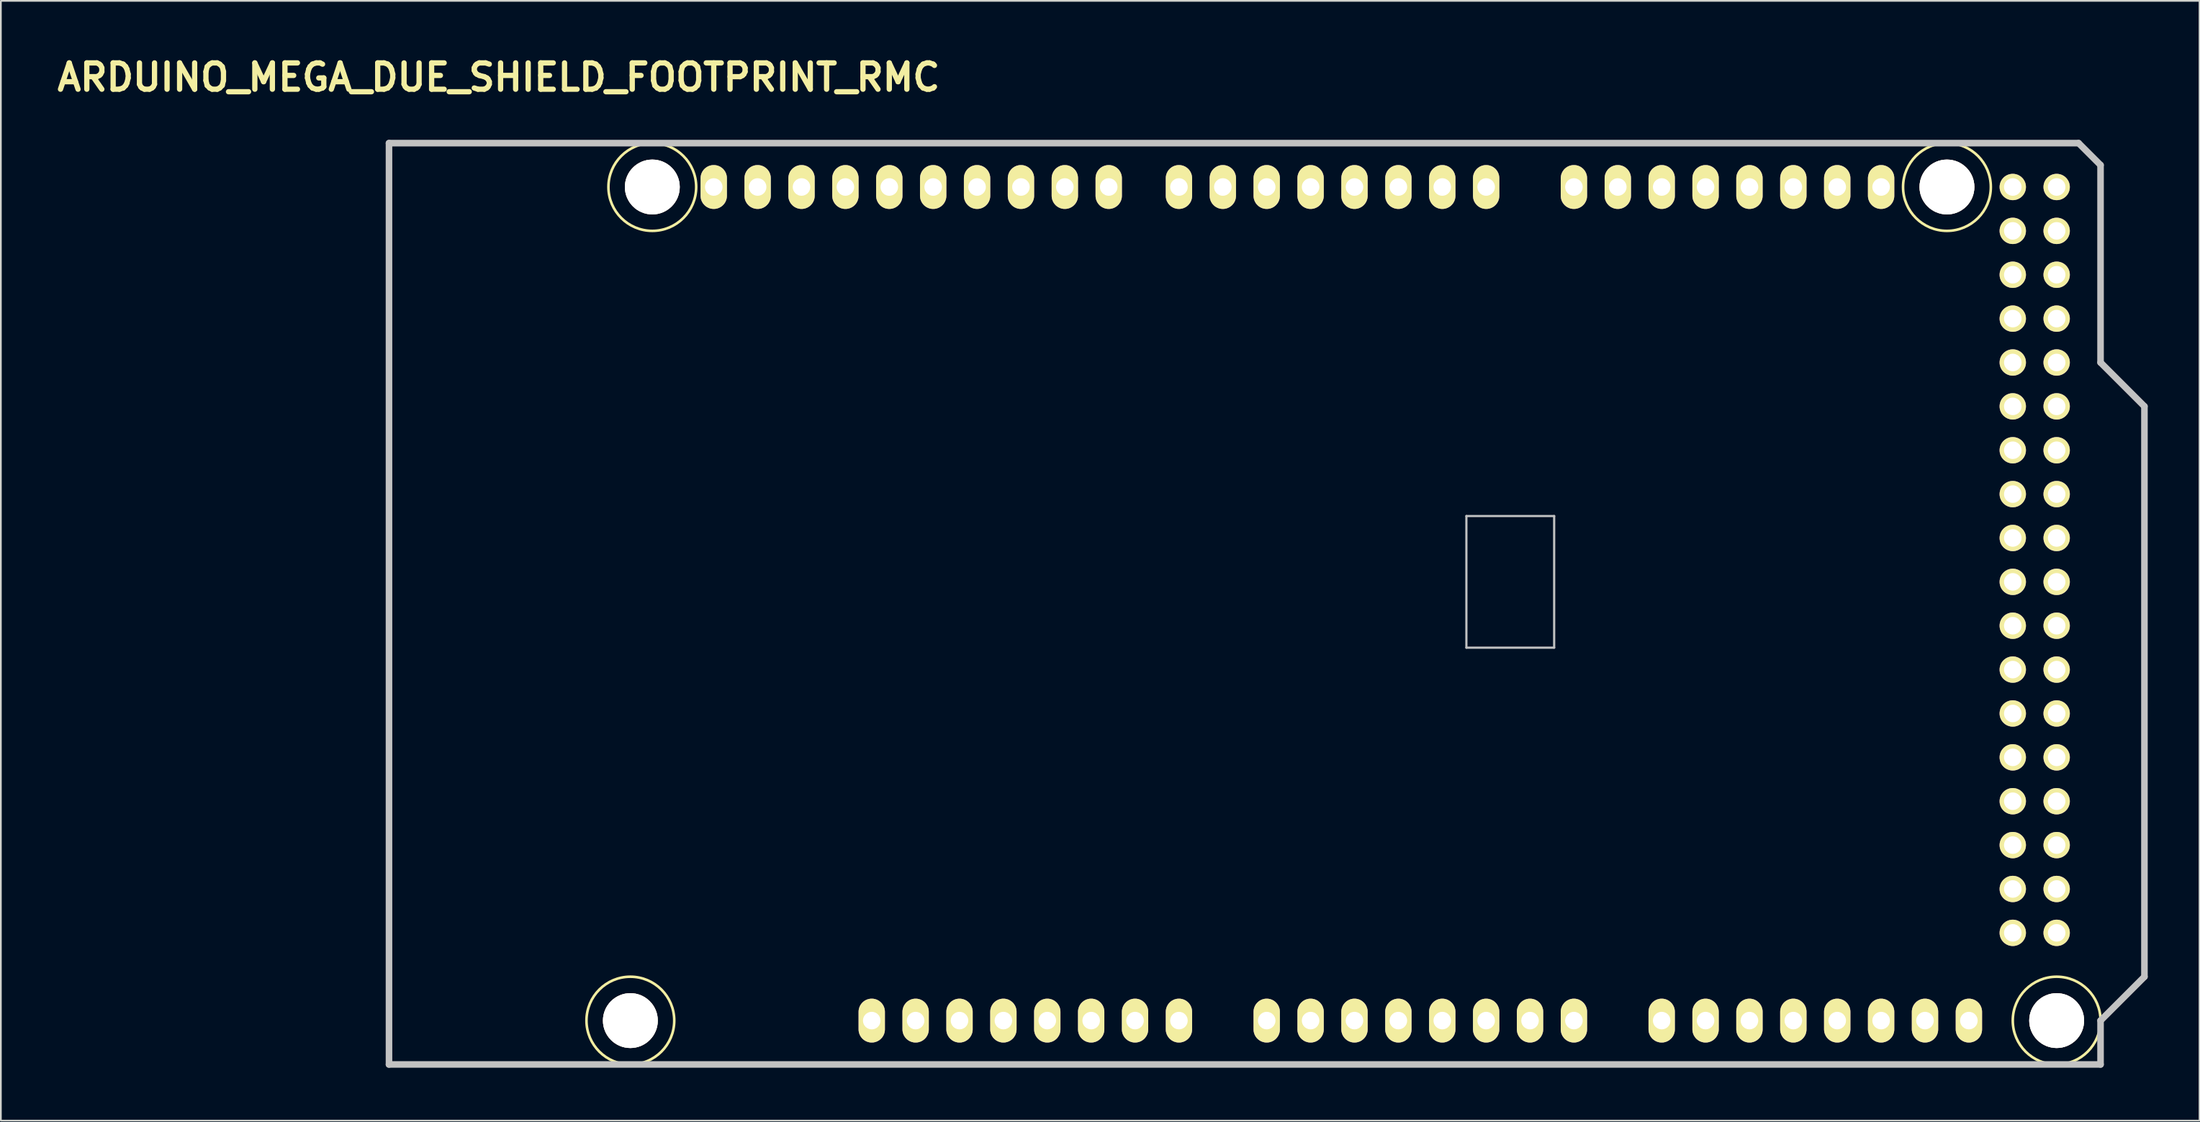
<source format=kicad_pcb>
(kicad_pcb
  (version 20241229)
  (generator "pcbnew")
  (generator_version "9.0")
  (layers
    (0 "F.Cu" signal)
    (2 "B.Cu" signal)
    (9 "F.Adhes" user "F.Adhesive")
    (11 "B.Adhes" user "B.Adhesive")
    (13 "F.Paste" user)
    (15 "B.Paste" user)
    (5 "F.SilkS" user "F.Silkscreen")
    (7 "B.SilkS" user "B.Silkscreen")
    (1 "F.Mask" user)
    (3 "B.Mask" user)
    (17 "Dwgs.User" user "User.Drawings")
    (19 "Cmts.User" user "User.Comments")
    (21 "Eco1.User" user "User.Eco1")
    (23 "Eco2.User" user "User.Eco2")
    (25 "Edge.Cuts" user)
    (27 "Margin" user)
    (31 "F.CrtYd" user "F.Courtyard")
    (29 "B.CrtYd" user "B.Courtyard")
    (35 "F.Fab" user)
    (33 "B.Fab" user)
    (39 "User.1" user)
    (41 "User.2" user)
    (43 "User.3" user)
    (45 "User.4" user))
  (footprint "ARDUINO_MEGA_DUE_SHIELD_FOOTPRINT_RMC"
    (layer "F.Cu")
    (at 19.464 58.576)
    (property "Reference" "ARDUINO_MEGA_DUE_SHIELD_FOOTPRINT_RMC" (at 6.35 -57.15 0) (layer "F.SilkS") (effects (font (size 1.524 1.524) (thickness 0.305))))
    (attr through_hole)
    (fp_circle (center 13.97 -2.54) (end 16.51 -2.54) (stroke (width 0.15) (type solid)) (fill no) (layer "F.SilkS"))
    (fp_circle (center 15.24 -50.8) (end 17.78 -50.8) (stroke (width 0.15) (type solid)) (fill no) (layer "F.SilkS"))
    (fp_circle (center 90.17 -50.8) (end 92.71 -50.8) (stroke (width 0.15) (type solid)) (fill no) (layer "F.SilkS"))
    (fp_circle (center 96.52 -2.54) (end 99.06 -2.54) (stroke (width 0.15) (type solid)) (fill no) (layer "F.SilkS"))
    (fp_line (start 0 0) (end 0 -53.34) (stroke (width 0.381) (type solid)) (layer "Dwgs.User"))
    (fp_line (start 62.357 -31.75) (end 62.357 -24.13) (stroke (width 0.127) (type solid)) (layer "Dwgs.User"))
    (fp_line (start 62.357 -24.13) (end 67.437 -24.13) (stroke (width 0.127) (type solid)) (layer "Dwgs.User"))
    (fp_line (start 67.437 -31.75) (end 62.357 -31.75) (stroke (width 0.127) (type solid)) (layer "Dwgs.User"))
    (fp_line (start 67.437 -24.13) (end 67.437 -31.75) (stroke (width 0.127) (type solid)) (layer "Dwgs.User"))
    (fp_line (start 97.79 -53.34) (end 0 -53.34) (stroke (width 0.381) (type solid)) (layer "Dwgs.User"))
    (fp_line (start 99.06 -52.07) (end 97.79 -53.34) (stroke (width 0.381) (type solid)) (layer "Dwgs.User"))
    (fp_line (start 99.06 -40.64) (end 99.06 -52.07) (stroke (width 0.381) (type solid)) (layer "Dwgs.User"))
    (fp_line (start 99.06 -40.64) (end 101.6 -38.1) (stroke (width 0.381) (type solid)) (layer "Dwgs.User"))
    (fp_line (start 99.06 -2.54) (end 99.06 0) (stroke (width 0.381) (type solid)) (layer "Dwgs.User"))
    (fp_line (start 99.06 0) (end 0 0) (stroke (width 0.381) (type solid)) (layer "Dwgs.User"))
    (fp_line (start 101.6 -38.1) (end 101.6 -5.08) (stroke (width 0.381) (type solid)) (layer "Dwgs.User"))
    (fp_line (start 101.6 -5.08) (end 99.06 -2.54) (stroke (width 0.381) (type solid)) (layer "Dwgs.User"))
    (pad "" thru_hole circle (at 13.97 -2.54 90) (size 3.175 3.175) (drill 3.175) (layers "*.Cu" "*.Mask" "F.SilkS"))
    (pad "" thru_hole circle (at 15.24 -50.8 90) (size 3.175 3.175) (drill 3.175) (layers "*.Cu" "*.Mask" "F.SilkS"))
    (pad "" thru_hole circle (at 90.17 -50.8 90) (size 3.175 3.175) (drill 3.175) (layers "*.Cu" "*.Mask" "F.SilkS"))
    (pad "" thru_hole circle (at 96.52 -2.54 90) (size 3.175 3.175) (drill 3.175) (layers "*.Cu" "*.Mask" "F.SilkS"))
    (pad "0" thru_hole oval (at 63.5 -50.8 90) (size 2.54 1.524) (drill 1.016) (layers "*.Cu" "*.Mask" "F.SilkS"))
    (pad "1" thru_hole oval (at 60.96 -50.8 90) (size 2.54 1.524) (drill 1.016) (layers "*.Cu" "*.Mask" "F.SilkS"))
    (pad "2" thru_hole oval (at 58.42 -50.8 90) (size 2.54 1.524) (drill 1.016) (layers "*.Cu" "*.Mask" "F.SilkS"))
    (pad "3" thru_hole oval (at 55.88 -50.8 90) (size 2.54 1.524) (drill 1.016) (layers "*.Cu" "*.Mask" "F.SilkS"))
    (pad "3V3" thru_hole oval (at 35.56 -2.54 90) (size 2.54 1.524) (drill 1.016) (layers "*.Cu" "*.Mask" "F.SilkS"))
    (pad "4" thru_hole oval (at 53.34 -50.8 90) (size 2.54 1.524) (drill 1.016) (layers "*.Cu" "*.Mask" "F.SilkS"))
    (pad "5" thru_hole oval (at 50.8 -50.8 90) (size 2.54 1.524) (drill 1.016) (layers "*.Cu" "*.Mask" "F.SilkS"))
    (pad "5V" thru_hole oval (at 38.1 -2.54 90) (size 2.54 1.524) (drill 1.016) (layers "*.Cu" "*.Mask" "F.SilkS"))
    (pad "5V_4" thru_hole circle (at 93.98 -50.8) (size 1.524 1.524) (drill 1.016) (layers "*.Cu" "*.Mask" "F.SilkS"))
    (pad "5V_5" thru_hole circle (at 96.52 -50.8) (size 1.524 1.524) (drill 1.016) (layers "*.Cu" "*.Mask" "F.SilkS"))
    (pad "6" thru_hole oval (at 48.26 -50.8 90) (size 2.54 1.524) (drill 1.016) (layers "*.Cu" "*.Mask" "F.SilkS"))
    (pad "7" thru_hole oval (at 45.72 -50.8 90) (size 2.54 1.524) (drill 1.016) (layers "*.Cu" "*.Mask" "F.SilkS"))
    (pad "8" thru_hole oval (at 41.656 -50.8 90) (size 2.54 1.524) (drill 1.016) (layers "*.Cu" "*.Mask" "F.SilkS"))
    (pad "9" thru_hole oval (at 39.116 -50.8 90) (size 2.54 1.524) (drill 1.016) (layers "*.Cu" "*.Mask" "F.SilkS"))
    (pad "10" thru_hole oval (at 36.576 -50.8 90) (size 2.54 1.524) (drill 1.016) (layers "*.Cu" "*.Mask" "F.SilkS"))
    (pad "11" thru_hole oval (at 34.036 -50.8 90) (size 2.54 1.524) (drill 1.016) (layers "*.Cu" "*.Mask" "F.SilkS"))
    (pad "12" thru_hole oval (at 31.496 -50.8 90) (size 2.54 1.524) (drill 1.016) (layers "*.Cu" "*.Mask" "F.SilkS"))
    (pad "13" thru_hole oval (at 28.956 -50.8 90) (size 2.54 1.524) (drill 1.016) (layers "*.Cu" "*.Mask" "F.SilkS"))
    (pad "14" thru_hole oval (at 68.58 -50.8 90) (size 2.54 1.524) (drill 1.016) (layers "*.Cu" "*.Mask" "F.SilkS"))
    (pad "15" thru_hole oval (at 71.12 -50.8 90) (size 2.54 1.524) (drill 1.016) (layers "*.Cu" "*.Mask" "F.SilkS"))
    (pad "16" thru_hole oval (at 73.66 -50.8 90) (size 2.54 1.524) (drill 1.016) (layers "*.Cu" "*.Mask" "F.SilkS"))
    (pad "17" thru_hole oval (at 76.2 -50.8 90) (size 2.54 1.524) (drill 1.016) (layers "*.Cu" "*.Mask" "F.SilkS"))
    (pad "18" thru_hole oval (at 78.74 -50.8 90) (size 2.54 1.524) (drill 1.016) (layers "*.Cu" "*.Mask" "F.SilkS"))
    (pad "19" thru_hole oval (at 81.28 -50.8 90) (size 2.54 1.524) (drill 1.016) (layers "*.Cu" "*.Mask" "F.SilkS"))
    (pad "20" thru_hole oval (at 83.82 -50.8 90) (size 2.54 1.524) (drill 1.016) (layers "*.Cu" "*.Mask" "F.SilkS"))
    (pad "21" thru_hole oval (at 86.36 -50.8 90) (size 2.54 1.524) (drill 1.016) (layers "*.Cu" "*.Mask" "F.SilkS"))
    (pad "22" thru_hole circle (at 93.98 -48.26) (size 1.524 1.524) (drill 1.016) (layers "*.Cu" "*.Mask" "F.SilkS"))
    (pad "23" thru_hole circle (at 96.52 -48.26) (size 1.524 1.524) (drill 1.016) (layers "*.Cu" "*.Mask" "F.SilkS"))
    (pad "24" thru_hole circle (at 93.98 -45.72) (size 1.524 1.524) (drill 1.016) (layers "*.Cu" "*.Mask" "F.SilkS"))
    (pad "25" thru_hole circle (at 96.52 -45.72) (size 1.524 1.524) (drill 1.016) (layers "*.Cu" "*.Mask" "F.SilkS"))
    (pad "26" thru_hole circle (at 93.98 -43.18) (size 1.524 1.524) (drill 1.016) (layers "*.Cu" "*.Mask" "F.SilkS"))
    (pad "27" thru_hole circle (at 96.52 -43.18) (size 1.524 1.524) (drill 1.016) (layers "*.Cu" "*.Mask" "F.SilkS"))
    (pad "28" thru_hole circle (at 93.98 -40.64) (size 1.524 1.524) (drill 1.016) (layers "*.Cu" "*.Mask" "F.SilkS"))
    (pad "29" thru_hole circle (at 96.52 -40.64) (size 1.524 1.524) (drill 1.016) (layers "*.Cu" "*.Mask" "F.SilkS"))
    (pad "30" thru_hole circle (at 93.98 -38.1) (size 1.524 1.524) (drill 1.016) (layers "*.Cu" "*.Mask" "F.SilkS"))
    (pad "31" thru_hole circle (at 96.52 -38.1) (size 1.524 1.524) (drill 1.016) (layers "*.Cu" "*.Mask" "F.SilkS"))
    (pad "32" thru_hole circle (at 93.98 -35.56) (size 1.524 1.524) (drill 1.016) (layers "*.Cu" "*.Mask" "F.SilkS"))
    (pad "33" thru_hole circle (at 96.52 -35.56) (size 1.524 1.524) (drill 1.016) (layers "*.Cu" "*.Mask" "F.SilkS"))
    (pad "34" thru_hole circle (at 93.98 -33.02) (size 1.524 1.524) (drill 1.016) (layers "*.Cu" "*.Mask" "F.SilkS"))
    (pad "35" thru_hole circle (at 96.52 -33.02) (size 1.524 1.524) (drill 1.016) (layers "*.Cu" "*.Mask" "F.SilkS"))
    (pad "36" thru_hole circle (at 93.98 -30.48) (size 1.524 1.524) (drill 1.016) (layers "*.Cu" "*.Mask" "F.SilkS"))
    (pad "37" thru_hole circle (at 96.52 -30.48) (size 1.524 1.524) (drill 1.016) (layers "*.Cu" "*.Mask" "F.SilkS"))
    (pad "38" thru_hole circle (at 93.98 -27.94) (size 1.524 1.524) (drill 1.016) (layers "*.Cu" "*.Mask" "F.SilkS"))
    (pad "39" thru_hole circle (at 96.52 -27.94) (size 1.524 1.524) (drill 1.016) (layers "*.Cu" "*.Mask" "F.SilkS"))
    (pad "40" thru_hole circle (at 93.98 -25.4) (size 1.524 1.524) (drill 1.016) (layers "*.Cu" "*.Mask" "F.SilkS"))
    (pad "41" thru_hole circle (at 96.52 -25.4) (size 1.524 1.524) (drill 1.016) (layers "*.Cu" "*.Mask" "F.SilkS"))
    (pad "42" thru_hole circle (at 93.98 -22.86) (size 1.524 1.524) (drill 1.016) (layers "*.Cu" "*.Mask" "F.SilkS"))
    (pad "43" thru_hole circle (at 96.52 -22.86) (size 1.524 1.524) (drill 1.016) (layers "*.Cu" "*.Mask" "F.SilkS"))
    (pad "44" thru_hole circle (at 93.98 -20.32) (size 1.524 1.524) (drill 1.016) (layers "*.Cu" "*.Mask" "F.SilkS"))
    (pad "45" thru_hole circle (at 96.52 -20.32) (size 1.524 1.524) (drill 1.016) (layers "*.Cu" "*.Mask" "F.SilkS"))
    (pad "46" thru_hole circle (at 93.98 -17.78) (size 1.524 1.524) (drill 1.016) (layers "*.Cu" "*.Mask" "F.SilkS"))
    (pad "47" thru_hole circle (at 96.52 -17.78) (size 1.524 1.524) (drill 1.016) (layers "*.Cu" "*.Mask" "F.SilkS"))
    (pad "48" thru_hole circle (at 93.98 -15.24) (size 1.524 1.524) (drill 1.016) (layers "*.Cu" "*.Mask" "F.SilkS"))
    (pad "49" thru_hole circle (at 96.52 -15.24) (size 1.524 1.524) (drill 1.016) (layers "*.Cu" "*.Mask" "F.SilkS"))
    (pad "50" thru_hole circle (at 93.98 -12.7) (size 1.524 1.524) (drill 1.016) (layers "*.Cu" "*.Mask" "F.SilkS"))
    (pad "51" thru_hole circle (at 96.52 -12.7) (size 1.524 1.524) (drill 1.016) (layers "*.Cu" "*.Mask" "F.SilkS"))
    (pad "52" thru_hole circle (at 93.98 -10.16) (size 1.524 1.524) (drill 1.016) (layers "*.Cu" "*.Mask" "F.SilkS"))
    (pad "53" thru_hole circle (at 96.52 -10.16) (size 1.524 1.524) (drill 1.016) (layers "*.Cu" "*.Mask" "F.SilkS"))
    (pad "AD0" thru_hole oval (at 50.8 -2.54 90) (size 2.54 1.524) (drill 1.016) (layers "*.Cu" "*.Mask" "F.SilkS"))
    (pad "AD1" thru_hole oval (at 53.34 -2.54 90) (size 2.54 1.524) (drill 1.016) (layers "*.Cu" "*.Mask" "F.SilkS"))
    (pad "AD2" thru_hole oval (at 55.88 -2.54 90) (size 2.54 1.524) (drill 1.016) (layers "*.Cu" "*.Mask" "F.SilkS"))
    (pad "AD3" thru_hole oval (at 58.42 -2.54 90) (size 2.54 1.524) (drill 1.016) (layers "*.Cu" "*.Mask" "F.SilkS"))
    (pad "AD4" thru_hole oval (at 60.96 -2.54 90) (size 2.54 1.524) (drill 1.016) (layers "*.Cu" "*.Mask" "F.SilkS"))
    (pad "AD5" thru_hole oval (at 63.5 -2.54 90) (size 2.54 1.524) (drill 1.016) (layers "*.Cu" "*.Mask" "F.SilkS"))
    (pad "AD6" thru_hole oval (at 66.04 -2.54 90) (size 2.54 1.524) (drill 1.016) (layers "*.Cu" "*.Mask" "F.SilkS"))
    (pad "AD7" thru_hole oval (at 68.58 -2.54 90) (size 2.54 1.524) (drill 1.016) (layers "*.Cu" "*.Mask" "F.SilkS"))
    (pad "AD8" thru_hole oval (at 73.66 -2.54 90) (size 2.54 1.524) (drill 1.016) (layers "*.Cu" "*.Mask" "F.SilkS"))
    (pad "AD9" thru_hole oval (at 76.2 -2.54 90) (size 2.54 1.524) (drill 1.016) (layers "*.Cu" "*.Mask" "F.SilkS"))
    (pad "AD10" thru_hole oval (at 78.74 -2.54 90) (size 2.54 1.524) (drill 1.016) (layers "*.Cu" "*.Mask" "F.SilkS"))
    (pad "AD11" thru_hole oval (at 81.28 -2.54 90) (size 2.54 1.524) (drill 1.016) (layers "*.Cu" "*.Mask" "F.SilkS"))
    (pad "AD12" thru_hole oval (at 83.82 -2.54 90) (size 2.54 1.524) (drill 1.016) (layers "*.Cu" "*.Mask" "F.SilkS"))
    (pad "AD13" thru_hole oval (at 86.36 -2.54 90) (size 2.54 1.524) (drill 1.016) (layers "*.Cu" "*.Mask" "F.SilkS"))
    (pad "AD14" thru_hole oval (at 88.9 -2.54 90) (size 2.54 1.524) (drill 1.016) (layers "*.Cu" "*.Mask" "F.SilkS"))
    (pad "AD15" thru_hole oval (at 91.44 -2.54 90) (size 2.54 1.524) (drill 1.016) (layers "*.Cu" "*.Mask" "F.SilkS"))
    (pad "AREF" thru_hole oval (at 23.876 -50.8 90) (size 2.54 1.524) (drill 1.016) (layers "*.Cu" "*.Mask" "F.SilkS"))
    (pad "GND" thru_hole oval (at 26.416 -50.8 90) (size 2.54 1.524) (drill 1.016) (layers "*.Cu" "*.Mask" "F.SilkS"))
    (pad "GND" thru_hole oval (at 40.64 -2.54 90) (size 2.54 1.524) (drill 1.016) (layers "*.Cu" "*.Mask" "F.SilkS"))
    (pad "GND" thru_hole oval (at 43.18 -2.54 90) (size 2.54 1.524) (drill 1.016) (layers "*.Cu" "*.Mask" "F.SilkS"))
    (pad "GND4" thru_hole circle (at 93.98 -7.62) (size 1.524 1.524) (drill 1.016) (layers "*.Cu" "*.Mask" "F.SilkS"))
    (pad "GND5" thru_hole circle (at 96.52 -7.62) (size 1.524 1.524) (drill 1.016) (layers "*.Cu" "*.Mask" "F.SilkS"))
    (pad "IORF" thru_hole oval (at 30.48 -2.54 90) (size 2.54 1.524) (drill 1.016) (layers "*.Cu" "*.Mask" "F.SilkS"))
    (pad "NC1" thru_hole oval (at 27.94 -2.54 90) (size 2.54 1.524) (drill 1.016) (layers "*.Cu" "*.Mask" "F.SilkS"))
    (pad "RST" thru_hole oval (at 33.02 -2.54 90) (size 2.54 1.524) (drill 1.016) (layers "*.Cu" "*.Mask" "F.SilkS"))
    (pad "SCL1" thru_hole oval (at 18.796 -50.8 90) (size 2.54 1.524) (drill 1.016) (layers "*.Cu" "*.Mask" "F.SilkS"))
    (pad "SDA1" thru_hole oval (at 21.336 -50.8 90) (size 2.54 1.524) (drill 1.016) (layers "*.Cu" "*.Mask" "F.SilkS"))
    (pad "V_IN" thru_hole oval (at 45.72 -2.54 90) (size 2.54 1.524) (drill 1.016) (layers "*.Cu" "*.Mask" "F.SilkS")))
  (gr_rect
    (start -3 -3)
    (end 124.254 61.826)
    (stroke (width 0.1) (type default))
    (fill no)
    (layer "Edge.Cuts")))
</source>
